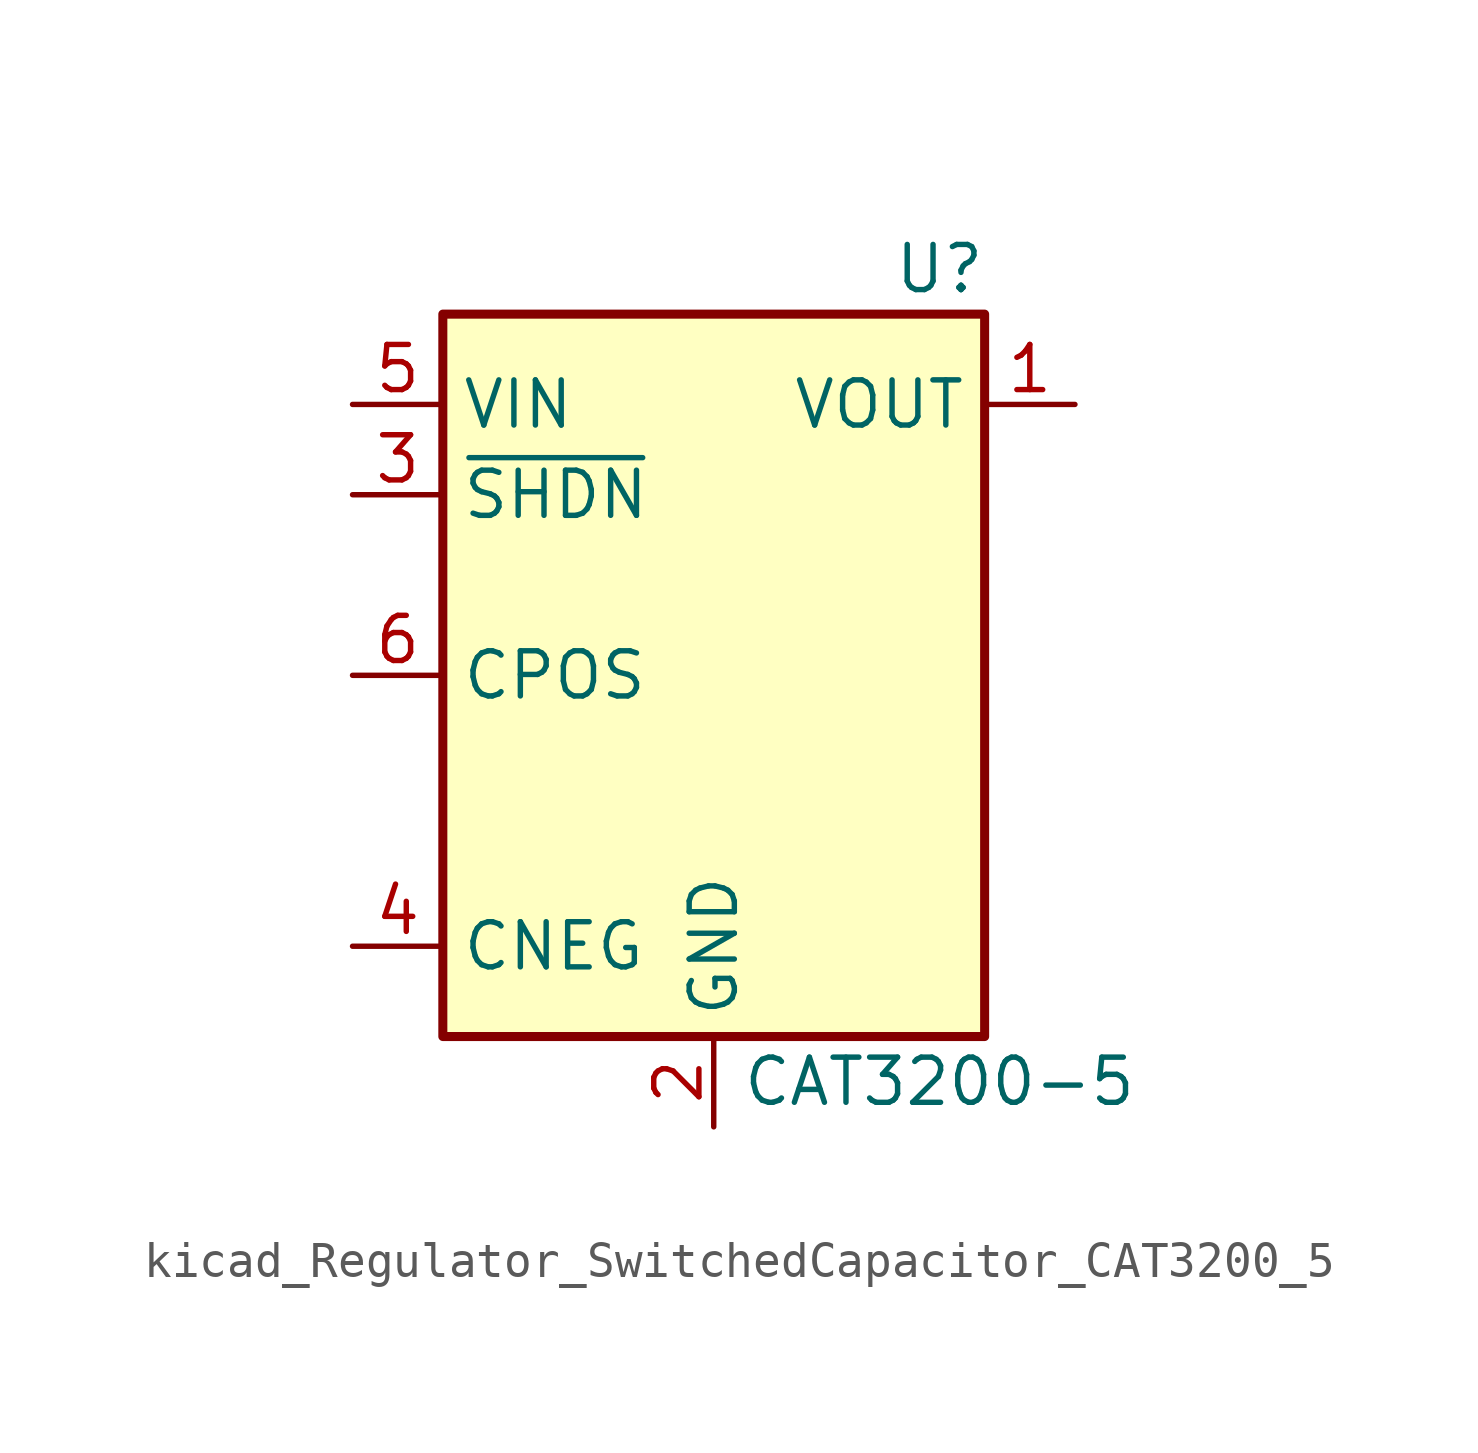
<source format=kicad_sym>
(kicad_symbol_lib
  (version 20220914)
  (generator kicad_symbol_editor)
  (symbol "kicad_Regulator_SwitchedCapacitor_CAT3200_5"
    (property "Reference" "U"
      (at 6.35 11.43 0)
      (effects (font (size 1.27 1.27))))
    (property "Value" "CAT3200-5"
      (at 6.35 -11.43 0)
      (effects (font (size 1.27 1.27))))
    (symbol "kicad_Regulator_SwitchedCapacitor_CAT3200_5_0_1"
      (rectangle (start -7.62 10.16) (end 7.62 -10.16) (stroke (width 0.254) (type default)) (fill (type background))))
    (symbol "kicad_Regulator_SwitchedCapacitor_CAT3200_5_1_1"
      (pin power_out line (at 10.16 7.62 180) (length 2.54) (name "VOUT" (effects (font (size 1.27 1.27)))) (number "1" (effects (font (size 1.27 1.27)))))
      (pin power_in line (at 0 -12.7 90) (length 2.54) (name "GND" (effects (font (size 1.27 1.27)))) (number "2" (effects (font (size 1.27 1.27)))))
      (pin input line (at -10.16 5.08 0) (length 2.54) (name "~{SHDN}" (effects (font (size 1.27 1.27)))) (number "3" (effects (font (size 1.27 1.27)))))
      (pin passive line (at -10.16 -7.62 0) (length 2.54) (name "CNEG" (effects (font (size 1.27 1.27)))) (number "4" (effects (font (size 1.27 1.27)))))
      (pin power_in line (at -10.16 7.62 0) (length 2.54) (name "VIN" (effects (font (size 1.27 1.27)))) (number "5" (effects (font (size 1.27 1.27)))))
      (pin passive line (at -10.16 0 0) (length 2.54) (name "CPOS" (effects (font (size 1.27 1.27)))) (number "6" (effects (font (size 1.27 1.27))))))))
</source>
